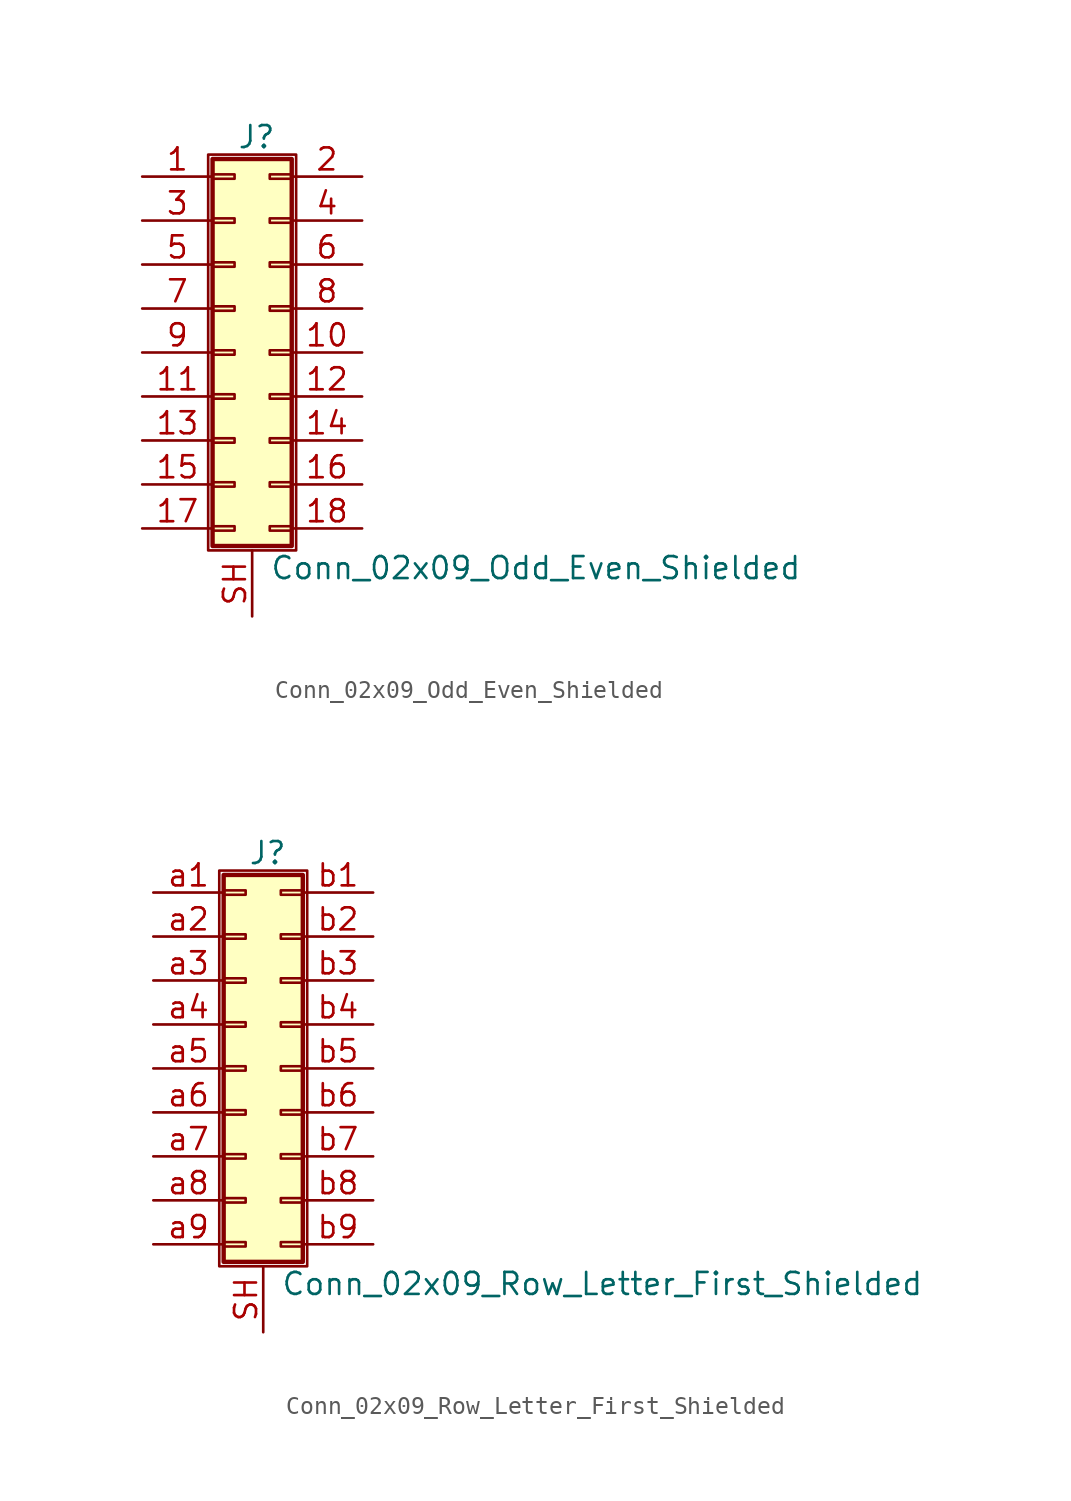
<source format=kicad_sym>
(kicad_symbol_lib
  (version 20201005)
  (generator kicad_symbol_editor)
  (symbol "Conn_02x09_Odd_Even_Shielded"
    (pin_names
      (offset 1.016) hide)
    (property "Reference" "J"
      (at 1.524 12.446 0)
      (effects (font (size 1.27 1.27))))
    (property "Value" "Conn_02x09_Odd_Even_Shielded"
      (at 2.286 -12.446 0)
      (effects (font (size 1.27 1.27)) (justify left)))
    (symbol "Conn_02x09_Odd_Even_Shielded_1_1"
      (rectangle (start -1.27 11.43) (end 3.81 -11.43) (stroke (width 0.152)) (fill (type none)))
      (rectangle (start -1.016 -10.033) (end 0.254 -10.287) (stroke (width 0.152)) (fill (type none)))
      (rectangle (start -1.016 -7.493) (end 0.254 -7.747) (stroke (width 0.152)) (fill (type none)))
      (rectangle (start -1.016 -4.953) (end 0.254 -5.207) (stroke (width 0.152)) (fill (type none)))
      (rectangle (start -1.016 -2.413) (end 0.254 -2.667) (stroke (width 0.152)) (fill (type none)))
      (rectangle (start -1.016 0.127) (end 0.254 -0.127) (stroke (width 0.152)) (fill (type none)))
      (rectangle (start -1.016 2.667) (end 0.254 2.413) (stroke (width 0.152)) (fill (type none)))
      (rectangle (start -1.016 5.207) (end 0.254 4.953) (stroke (width 0.152)) (fill (type none)))
      (rectangle (start -1.016 7.747) (end 0.254 7.493) (stroke (width 0.152)) (fill (type none)))
      (rectangle (start -1.016 10.287) (end 0.254 10.033) (stroke (width 0.152)) (fill (type none)))
      (rectangle (start -1.016 11.176) (end 3.556 -11.176) (stroke (width 0.254)) (fill (type background)))
      (rectangle (start 3.556 -10.033) (end 2.286 -10.287) (stroke (width 0.152)) (fill (type none)))
      (rectangle (start 3.556 -7.493) (end 2.286 -7.747) (stroke (width 0.152)) (fill (type none)))
      (rectangle (start 3.556 -4.953) (end 2.286 -5.207) (stroke (width 0.152)) (fill (type none)))
      (rectangle (start 3.556 -2.413) (end 2.286 -2.667) (stroke (width 0.152)) (fill (type none)))
      (rectangle (start 3.556 0.127) (end 2.286 -0.127) (stroke (width 0.152)) (fill (type none)))
      (rectangle (start 3.556 2.667) (end 2.286 2.413) (stroke (width 0.152)) (fill (type none)))
      (rectangle (start 3.556 5.207) (end 2.286 4.953) (stroke (width 0.152)) (fill (type none)))
      (rectangle (start 3.556 7.747) (end 2.286 7.493) (stroke (width 0.152)) (fill (type none)))
      (rectangle (start 3.556 10.287) (end 2.286 10.033) (stroke (width 0.152)) (fill (type none)))
      (pin passive line (at -5.08 10.16 0) (length 4.064) (name "Pin_1" (effects (font (size 1.27 1.27)))) (number "1" (effects (font (size 1.27 1.27)))))
      (pin passive line (at 7.62 0 180) (length 4.064) (name "Pin_10" (effects (font (size 1.27 1.27)))) (number "10" (effects (font (size 1.27 1.27)))))
      (pin passive line (at -5.08 -2.54 0) (length 4.064) (name "Pin_11" (effects (font (size 1.27 1.27)))) (number "11" (effects (font (size 1.27 1.27)))))
      (pin passive line (at 7.62 -2.54 180) (length 4.064) (name "Pin_12" (effects (font (size 1.27 1.27)))) (number "12" (effects (font (size 1.27 1.27)))))
      (pin passive line (at -5.08 -5.08 0) (length 4.064) (name "Pin_13" (effects (font (size 1.27 1.27)))) (number "13" (effects (font (size 1.27 1.27)))))
      (pin passive line (at 7.62 -5.08 180) (length 4.064) (name "Pin_14" (effects (font (size 1.27 1.27)))) (number "14" (effects (font (size 1.27 1.27)))))
      (pin passive line (at -5.08 -7.62 0) (length 4.064) (name "Pin_15" (effects (font (size 1.27 1.27)))) (number "15" (effects (font (size 1.27 1.27)))))
      (pin passive line (at 7.62 -7.62 180) (length 4.064) (name "Pin_16" (effects (font (size 1.27 1.27)))) (number "16" (effects (font (size 1.27 1.27)))))
      (pin passive line (at -5.08 -10.16 0) (length 4.064) (name "Pin_17" (effects (font (size 1.27 1.27)))) (number "17" (effects (font (size 1.27 1.27)))))
      (pin passive line (at 7.62 -10.16 180) (length 4.064) (name "Pin_18" (effects (font (size 1.27 1.27)))) (number "18" (effects (font (size 1.27 1.27)))))
      (pin passive line (at 7.62 10.16 180) (length 4.064) (name "Pin_2" (effects (font (size 1.27 1.27)))) (number "2" (effects (font (size 1.27 1.27)))))
      (pin passive line (at -5.08 7.62 0) (length 4.064) (name "Pin_3" (effects (font (size 1.27 1.27)))) (number "3" (effects (font (size 1.27 1.27)))))
      (pin passive line (at 7.62 7.62 180) (length 4.064) (name "Pin_4" (effects (font (size 1.27 1.27)))) (number "4" (effects (font (size 1.27 1.27)))))
      (pin passive line (at -5.08 5.08 0) (length 4.064) (name "Pin_5" (effects (font (size 1.27 1.27)))) (number "5" (effects (font (size 1.27 1.27)))))
      (pin passive line (at 7.62 5.08 180) (length 4.064) (name "Pin_6" (effects (font (size 1.27 1.27)))) (number "6" (effects (font (size 1.27 1.27)))))
      (pin passive line (at -5.08 2.54 0) (length 4.064) (name "Pin_7" (effects (font (size 1.27 1.27)))) (number "7" (effects (font (size 1.27 1.27)))))
      (pin passive line (at 7.62 2.54 180) (length 4.064) (name "Pin_8" (effects (font (size 1.27 1.27)))) (number "8" (effects (font (size 1.27 1.27)))))
      (pin passive line (at -5.08 0 0) (length 4.064) (name "Pin_9" (effects (font (size 1.27 1.27)))) (number "9" (effects (font (size 1.27 1.27)))))
      (pin passive line (at 1.27 -15.24 90) (length 3.81) (name "Shield" (effects (font (size 1.27 1.27)))) (number "SH" (effects (font (size 1.27 1.27)))))))
  (symbol "Conn_02x09_Row_Letter_First_Shielded"
    (pin_names
      (offset 1.016) hide)
    (property "Reference" "J"
      (at 1.524 12.446 0)
      (effects (font (size 1.27 1.27))))
    (property "Value" "Conn_02x09_Row_Letter_First_Shielded"
      (at 2.286 -12.446 0)
      (effects (font (size 1.27 1.27)) (justify left)))
    (symbol "Conn_02x09_Row_Letter_First_Shielded_1_1"
      (rectangle (start -1.27 11.43) (end 3.81 -11.43) (stroke (width 0.152)) (fill (type none)))
      (rectangle (start -1.016 -10.033) (end 0.254 -10.287) (stroke (width 0.152)) (fill (type none)))
      (rectangle (start -1.016 -7.493) (end 0.254 -7.747) (stroke (width 0.152)) (fill (type none)))
      (rectangle (start -1.016 -4.953) (end 0.254 -5.207) (stroke (width 0.152)) (fill (type none)))
      (rectangle (start -1.016 -2.413) (end 0.254 -2.667) (stroke (width 0.152)) (fill (type none)))
      (rectangle (start -1.016 0.127) (end 0.254 -0.127) (stroke (width 0.152)) (fill (type none)))
      (rectangle (start -1.016 2.667) (end 0.254 2.413) (stroke (width 0.152)) (fill (type none)))
      (rectangle (start -1.016 5.207) (end 0.254 4.953) (stroke (width 0.152)) (fill (type none)))
      (rectangle (start -1.016 7.747) (end 0.254 7.493) (stroke (width 0.152)) (fill (type none)))
      (rectangle (start -1.016 10.287) (end 0.254 10.033) (stroke (width 0.152)) (fill (type none)))
      (rectangle (start -1.016 11.176) (end 3.556 -11.176) (stroke (width 0.254)) (fill (type background)))
      (rectangle (start 3.556 -10.033) (end 2.286 -10.287) (stroke (width 0.152)) (fill (type none)))
      (rectangle (start 3.556 -7.493) (end 2.286 -7.747) (stroke (width 0.152)) (fill (type none)))
      (rectangle (start 3.556 -4.953) (end 2.286 -5.207) (stroke (width 0.152)) (fill (type none)))
      (rectangle (start 3.556 -2.413) (end 2.286 -2.667) (stroke (width 0.152)) (fill (type none)))
      (rectangle (start 3.556 0.127) (end 2.286 -0.127) (stroke (width 0.152)) (fill (type none)))
      (rectangle (start 3.556 2.667) (end 2.286 2.413) (stroke (width 0.152)) (fill (type none)))
      (rectangle (start 3.556 5.207) (end 2.286 4.953) (stroke (width 0.152)) (fill (type none)))
      (rectangle (start 3.556 7.747) (end 2.286 7.493) (stroke (width 0.152)) (fill (type none)))
      (rectangle (start 3.556 10.287) (end 2.286 10.033) (stroke (width 0.152)) (fill (type none)))
      (pin passive line (at 1.27 -15.24 90) (length 3.81) (name "Shield" (effects (font (size 1.27 1.27)))) (number "SH" (effects (font (size 1.27 1.27)))))
      (pin passive line (at -5.08 10.16 0) (length 4.064) (name "Pin_a1" (effects (font (size 1.27 1.27)))) (number "a1" (effects (font (size 1.27 1.27)))))
      (pin passive line (at -5.08 7.62 0) (length 4.064) (name "Pin_a2" (effects (font (size 1.27 1.27)))) (number "a2" (effects (font (size 1.27 1.27)))))
      (pin passive line (at -5.08 5.08 0) (length 4.064) (name "Pin_a3" (effects (font (size 1.27 1.27)))) (number "a3" (effects (font (size 1.27 1.27)))))
      (pin passive line (at -5.08 2.54 0) (length 4.064) (name "Pin_a4" (effects (font (size 1.27 1.27)))) (number "a4" (effects (font (size 1.27 1.27)))))
      (pin passive line (at -5.08 0 0) (length 4.064) (name "Pin_a5" (effects (font (size 1.27 1.27)))) (number "a5" (effects (font (size 1.27 1.27)))))
      (pin passive line (at -5.08 -2.54 0) (length 4.064) (name "Pin_a6" (effects (font (size 1.27 1.27)))) (number "a6" (effects (font (size 1.27 1.27)))))
      (pin passive line (at -5.08 -5.08 0) (length 4.064) (name "Pin_a7" (effects (font (size 1.27 1.27)))) (number "a7" (effects (font (size 1.27 1.27)))))
      (pin passive line (at -5.08 -7.62 0) (length 4.064) (name "Pin_a8" (effects (font (size 1.27 1.27)))) (number "a8" (effects (font (size 1.27 1.27)))))
      (pin passive line (at -5.08 -10.16 0) (length 4.064) (name "Pin_a9" (effects (font (size 1.27 1.27)))) (number "a9" (effects (font (size 1.27 1.27)))))
      (pin passive line (at 7.62 10.16 180) (length 4.064) (name "Pin_b1" (effects (font (size 1.27 1.27)))) (number "b1" (effects (font (size 1.27 1.27)))))
      (pin passive line (at 7.62 7.62 180) (length 4.064) (name "Pin_b2" (effects (font (size 1.27 1.27)))) (number "b2" (effects (font (size 1.27 1.27)))))
      (pin passive line (at 7.62 5.08 180) (length 4.064) (name "Pin_b3" (effects (font (size 1.27 1.27)))) (number "b3" (effects (font (size 1.27 1.27)))))
      (pin passive line (at 7.62 2.54 180) (length 4.064) (name "Pin_b4" (effects (font (size 1.27 1.27)))) (number "b4" (effects (font (size 1.27 1.27)))))
      (pin passive line (at 7.62 0 180) (length 4.064) (name "Pin_b5" (effects (font (size 1.27 1.27)))) (number "b5" (effects (font (size 1.27 1.27)))))
      (pin passive line (at 7.62 -2.54 180) (length 4.064) (name "Pin_b6" (effects (font (size 1.27 1.27)))) (number "b6" (effects (font (size 1.27 1.27)))))
      (pin passive line (at 7.62 -5.08 180) (length 4.064) (name "Pin_b7" (effects (font (size 1.27 1.27)))) (number "b7" (effects (font (size 1.27 1.27)))))
      (pin passive line (at 7.62 -7.62 180) (length 4.064) (name "Pin_b8" (effects (font (size 1.27 1.27)))) (number "b8" (effects (font (size 1.27 1.27)))))
      (pin passive line (at 7.62 -10.16 180) (length 4.064) (name "Pin_b9" (effects (font (size 1.27 1.27)))) (number "b9" (effects (font (size 1.27 1.27))))))))
</source>
